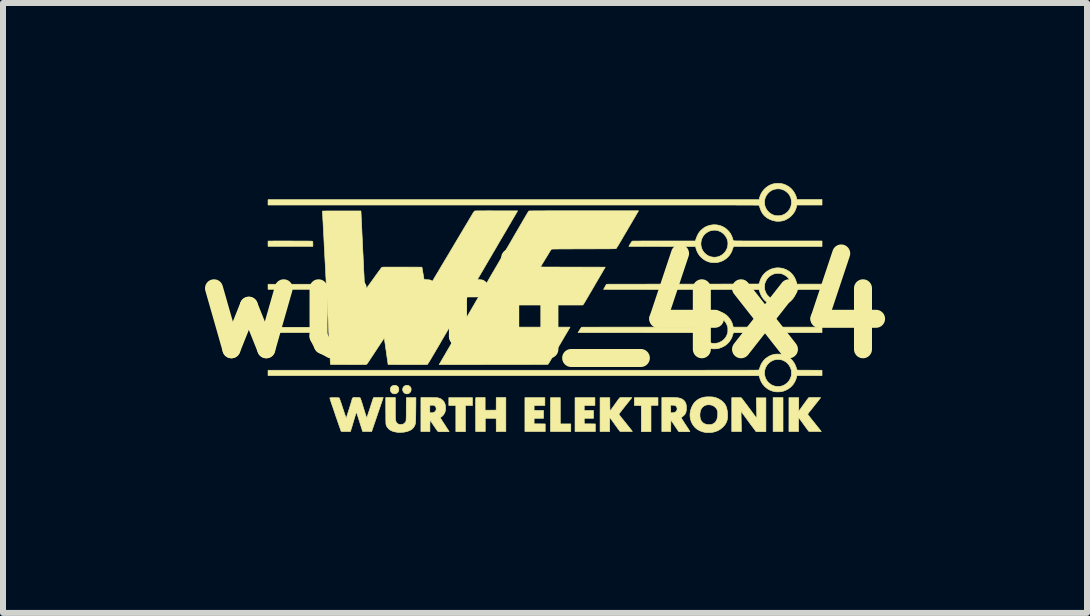
<source format=kicad_pcb>
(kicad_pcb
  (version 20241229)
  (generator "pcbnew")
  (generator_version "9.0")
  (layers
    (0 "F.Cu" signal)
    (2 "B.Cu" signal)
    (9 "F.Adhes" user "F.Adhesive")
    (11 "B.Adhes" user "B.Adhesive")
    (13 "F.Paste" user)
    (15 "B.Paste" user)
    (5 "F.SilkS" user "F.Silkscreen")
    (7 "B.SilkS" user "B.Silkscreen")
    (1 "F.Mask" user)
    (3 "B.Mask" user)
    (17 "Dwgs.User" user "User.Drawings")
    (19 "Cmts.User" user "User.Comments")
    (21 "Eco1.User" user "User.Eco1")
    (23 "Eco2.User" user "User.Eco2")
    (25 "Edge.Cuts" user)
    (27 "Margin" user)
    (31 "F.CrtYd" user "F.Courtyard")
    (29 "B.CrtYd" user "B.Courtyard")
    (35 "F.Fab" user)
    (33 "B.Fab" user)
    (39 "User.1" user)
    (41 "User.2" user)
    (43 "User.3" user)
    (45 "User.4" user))
  (footprint "wurth_4x4"
    (layer "F.Cu")
    (at 6.031 2.08)
    (property "Reference" "wurth_4x4" (at 0 0 0) (layer "F.SilkS") (effects (font (size 1.524 1.524) (thickness 0.3))))
    (attr through_hole)
    (fp_poly (pts (xy -3.833 -0.31) (xy -4.615 -0.31) (xy -4.615 -0.394) (xy -3.833 -0.394) (xy -3.833 -0.31)) (stroke (width 0.01) (type solid)) (fill yes) (layer "F.SilkS"))
    (fp_poly (pts (xy -3.795 0.411) (xy -4.615 0.411) (xy -4.615 0.323) (xy -3.795 0.323) (xy -3.795 0.411)) (stroke (width 0.01) (type solid)) (fill yes) (layer "F.SilkS"))
    (fp_poly (pts (xy 3.965 2.06) (xy 3.8 2.06) (xy 3.8 1.494) (xy 3.965 1.494) (xy 3.965 2.06)) (stroke (width 0.01) (type solid)) (fill yes) (layer "F.SilkS"))
    (fp_poly (pts (xy 0.254 1.933) (xy 0.429 1.933) (xy 0.429 2.06) (xy 0.091 2.06) (xy 0.091 1.496) (xy 0.254 1.496) (xy 0.254 1.933)) (stroke (width 0.01) (type solid)) (fill yes) (layer "F.SilkS"))
    (fp_poly (pts (xy -1.209 1.626) (xy -1.326 1.626) (xy -1.326 2.062) (xy -1.486 2.062) (xy -1.486 1.626) (xy -1.603 1.626) (xy -1.603 1.496) (xy -1.209 1.496) (xy -1.209 1.626)) (stroke (width 0.01) (type solid)) (fill yes) (layer "F.SilkS"))
    (fp_poly (pts (xy 1.882 1.623) (xy 1.765 1.623) (xy 1.765 2.062) (xy 1.605 2.062) (xy 1.604 1.627) (xy 1.488 1.626) (xy 1.488 1.496) (xy 1.882 1.496) (xy 1.882 1.623)) (stroke (width 0.01) (type solid)) (fill yes) (layer "F.SilkS"))
    (fp_poly (pts (xy 0.831 1.626) (xy 0.653 1.626) (xy 0.653 1.709) (xy 0.808 1.709) (xy 0.808 1.839) (xy 0.653 1.839) (xy 0.653 1.885) (xy 0.654 1.932) (xy 0.746 1.932) (xy 0.838 1.933) (xy 0.838 2.06) (xy 0.5 2.06) (xy 0.5 1.496) (xy 0.831 1.496) (xy 0.831 1.626)) (stroke (width 0.01) (type solid)) (fill yes) (layer "F.SilkS"))
    (fp_poly (pts (xy -0.003 1.626) (xy -0.092 1.626) (xy -0.182 1.627) (xy -0.182 1.708) (xy -0.104 1.709) (xy -0.025 1.709) (xy -0.025 1.839) (xy -0.182 1.84) (xy -0.182 1.932) (xy -0.09 1.932) (xy 0.003 1.933) (xy 0.003 2.06) (xy -0.335 2.06) (xy -0.335 1.496) (xy -0.003 1.496) (xy -0.003 1.626)) (stroke (width 0.01) (type solid)) (fill yes) (layer "F.SilkS"))
    (fp_poly (pts (xy -2.486 1.292) (xy -2.469 1.298) (xy -2.455 1.309) (xy -2.449 1.315) (xy -2.442 1.326) (xy -2.438 1.338) (xy -2.436 1.353) (xy -2.436 1.361) (xy -2.438 1.38) (xy -2.445 1.397) (xy -2.456 1.412) (xy -2.471 1.423) (xy -2.475 1.425) (xy -2.486 1.429) (xy -2.5 1.432) (xy -2.514 1.432) (xy -2.526 1.43) (xy -2.528 1.429) (xy -2.545 1.421) (xy -2.558 1.409) (xy -2.565 1.402) (xy -2.572 1.388) (xy -2.577 1.375) (xy -2.578 1.36) (xy -2.578 1.358) (xy -2.576 1.34) (xy -2.569 1.324) (xy -2.559 1.31) (xy -2.545 1.3) (xy -2.528 1.293) (xy -2.509 1.29) (xy -2.505 1.289) (xy -2.486 1.292)) (stroke (width 0.01) (type solid)) (fill yes) (layer "F.SilkS"))
    (fp_poly (pts (xy -2.282 1.291) (xy -2.266 1.298) (xy -2.252 1.308) (xy -2.251 1.309) (xy -2.242 1.319) (xy -2.236 1.33) (xy -2.232 1.343) (xy -2.231 1.359) (xy -2.231 1.359) (xy -2.232 1.371) (xy -2.233 1.379) (xy -2.235 1.386) (xy -2.238 1.393) (xy -2.238 1.394) (xy -2.249 1.408) (xy -2.262 1.42) (xy -2.277 1.428) (xy -2.294 1.432) (xy -2.311 1.432) (xy -2.323 1.429) (xy -2.338 1.422) (xy -2.352 1.41) (xy -2.363 1.395) (xy -2.37 1.379) (xy -2.37 1.378) (xy -2.372 1.364) (xy -2.371 1.349) (xy -2.368 1.335) (xy -2.364 1.325) (xy -2.352 1.31) (xy -2.338 1.299) (xy -2.321 1.292) (xy -2.302 1.289) (xy -2.3 1.289) (xy -2.282 1.291)) (stroke (width 0.01) (type solid)) (fill yes) (layer "F.SilkS"))
    (fp_poly (pts (xy -0.998 1.704) (xy -0.906 1.704) (xy -0.814 1.703) (xy -0.813 1.494) (xy -0.653 1.494) (xy -0.653 2.06) (xy -0.813 2.06) (xy -0.813 1.95) (xy -0.814 1.84) (xy -0.905 1.84) (xy -0.996 1.839) (xy -0.996 2.06) (xy -1.155 2.06) (xy -1.156 1.781) (xy -1.156 1.731) (xy -1.156 1.685) (xy -1.156 1.645) (xy -1.156 1.609) (xy -1.156 1.578) (xy -1.156 1.552) (xy -1.156 1.532) (xy -1.156 1.516) (xy -1.155 1.505) (xy -1.155 1.499) (xy -1.154 1.498) (xy -1.153 1.497) (xy -1.151 1.496) (xy -1.148 1.495) (xy -1.143 1.494) (xy -1.135 1.494) (xy -1.124 1.494) (xy -1.109 1.494) (xy -1.091 1.494) (xy -1.075 1.494) (xy -0.998 1.494) (xy -0.998 1.704)) (stroke (width 0.01) (type solid)) (fill yes) (layer "F.SilkS"))
    (fp_poly (pts (xy -4.349 -1.115) (xy -4.309 -1.115) (xy -4.268 -1.115) (xy -4.236 -1.115) (xy -4.187 -1.114) (xy -4.142 -1.114) (xy -4.101 -1.114) (xy -4.065 -1.114) (xy -4.034 -1.114) (xy -4.006 -1.114) (xy -3.981 -1.114) (xy -3.96 -1.114) (xy -3.942 -1.113) (xy -3.926 -1.113) (xy -3.914 -1.113) (xy -3.903 -1.113) (xy -3.895 -1.112) (xy -3.889 -1.112) (xy -3.884 -1.112) (xy -3.88 -1.111) (xy -3.877 -1.111) (xy -3.876 -1.11) (xy -3.875 -1.11) (xy -3.874 -1.109) (xy -3.872 -1.107) (xy -3.87 -1.104) (xy -3.869 -1.1) (xy -3.869 -1.093) (xy -3.869 -1.084) (xy -3.868 -1.07) (xy -3.868 -1.065) (xy -3.868 -1.026) (xy -4.615 -1.026) (xy -4.615 -1.112) (xy -4.604 -1.114) (xy -4.601 -1.114) (xy -4.592 -1.114) (xy -4.579 -1.114) (xy -4.562 -1.114) (xy -4.541 -1.114) (xy -4.516 -1.115) (xy -4.488 -1.115) (xy -4.457 -1.115) (xy -4.423 -1.115) (xy -4.387 -1.115) (xy -4.349 -1.115)) (stroke (width 0.01) (type solid)) (fill yes) (layer "F.SilkS"))
    (fp_poly (pts (xy 3.274 1.503) (xy 3.276 1.505) (xy 3.279 1.508) (xy 3.283 1.513) (xy 3.288 1.52) (xy 3.295 1.529) (xy 3.303 1.54) (xy 3.314 1.554) (xy 3.326 1.57) (xy 3.34 1.589) (xy 3.356 1.61) (xy 3.375 1.635) (xy 3.396 1.664) (xy 3.42 1.695) (xy 3.446 1.731) (xy 3.473 1.768) (xy 3.485 1.783) (xy 3.496 1.798) (xy 3.505 1.81) (xy 3.513 1.821) (xy 3.519 1.828) (xy 3.523 1.832) (xy 3.523 1.833) (xy 3.525 1.835) (xy 3.527 1.835) (xy 3.528 1.832) (xy 3.528 1.826) (xy 3.528 1.817) (xy 3.528 1.81) (xy 3.528 1.801) (xy 3.528 1.789) (xy 3.527 1.772) (xy 3.527 1.753) (xy 3.526 1.73) (xy 3.526 1.707) (xy 3.525 1.682) (xy 3.524 1.66) (xy 3.523 1.635) (xy 3.523 1.61) (xy 3.522 1.588) (xy 3.522 1.567) (xy 3.521 1.549) (xy 3.521 1.535) (xy 3.521 1.524) (xy 3.52 1.518) (xy 3.52 1.499) (xy 3.68 1.499) (xy 3.68 2.062) (xy 3.6 2.062) (xy 3.58 2.062) (xy 3.562 2.062) (xy 3.546 2.062) (xy 3.533 2.062) (xy 3.523 2.061) (xy 3.517 2.061) (xy 3.516 2.061) (xy 3.514 2.058) (xy 3.509 2.052) (xy 3.502 2.043) (xy 3.493 2.03) (xy 3.482 2.015) (xy 3.469 1.998) (xy 3.455 1.979) (xy 3.439 1.958) (xy 3.423 1.937) (xy 3.407 1.915) (xy 3.391 1.892) (xy 3.374 1.87) (xy 3.358 1.848) (xy 3.343 1.827) (xy 3.328 1.807) (xy 3.315 1.789) (xy 3.303 1.773) (xy 3.294 1.759) (xy 3.286 1.749) (xy 3.28 1.741) (xy 3.28 1.741) (xy 3.275 1.732) (xy 3.27 1.726) (xy 3.267 1.723) (xy 3.266 1.722) (xy 3.266 1.724) (xy 3.266 1.731) (xy 3.266 1.74) (xy 3.266 1.748) (xy 3.267 1.782) (xy 3.267 1.816) (xy 3.268 1.848) (xy 3.269 1.88) (xy 3.269 1.91) (xy 3.27 1.938) (xy 3.27 1.963) (xy 3.271 1.986) (xy 3.271 2.005) (xy 3.271 2.02) (xy 3.272 2.03) (xy 3.272 2.034) (xy 3.272 2.06) (xy 3.111 2.06) (xy 3.111 1.496) (xy 3.266 1.496) (xy 3.274 1.503)) (stroke (width 0.01) (type solid)) (fill yes) (layer "F.SilkS"))
    (fp_poly (pts (xy 1.334 1.494) (xy 1.352 1.494) (xy 1.447 1.495) (xy 1.34 1.629) (xy 1.317 1.658) (xy 1.298 1.682) (xy 1.281 1.703) (xy 1.268 1.721) (xy 1.256 1.735) (xy 1.247 1.747) (xy 1.241 1.756) (xy 1.236 1.763) (xy 1.233 1.768) (xy 1.232 1.771) (xy 1.232 1.771) (xy 1.233 1.774) (xy 1.236 1.779) (xy 1.241 1.787) (xy 1.248 1.797) (xy 1.258 1.81) (xy 1.271 1.827) (xy 1.274 1.831) (xy 1.297 1.858) (xy 1.319 1.886) (xy 1.34 1.912) (xy 1.36 1.937) (xy 1.378 1.96) (xy 1.395 1.981) (xy 1.411 2.001) (xy 1.424 2.018) (xy 1.436 2.032) (xy 1.445 2.044) (xy 1.451 2.052) (xy 1.455 2.057) (xy 1.455 2.058) (xy 1.453 2.058) (xy 1.446 2.059) (xy 1.435 2.059) (xy 1.421 2.059) (xy 1.403 2.06) (xy 1.383 2.06) (xy 1.362 2.06) (xy 1.354 2.06) (xy 1.253 2.06) (xy 1.247 2.054) (xy 1.244 2.051) (xy 1.238 2.044) (xy 1.231 2.034) (xy 1.221 2.021) (xy 1.21 2.006) (xy 1.199 1.99) (xy 1.191 1.98) (xy 1.17 1.951) (xy 1.152 1.925) (xy 1.136 1.903) (xy 1.123 1.885) (xy 1.112 1.87) (xy 1.103 1.857) (xy 1.095 1.847) (xy 1.09 1.84) (xy 1.085 1.835) (xy 1.082 1.831) (xy 1.08 1.829) (xy 1.079 1.829) (xy 1.079 1.831) (xy 1.078 1.838) (xy 1.078 1.85) (xy 1.078 1.864) (xy 1.077 1.882) (xy 1.077 1.903) (xy 1.077 1.926) (xy 1.077 1.944) (xy 1.077 2.06) (xy 0.917 2.06) (xy 0.917 1.496) (xy 1.079 1.496) (xy 1.08 1.605) (xy 1.08 1.634) (xy 1.081 1.659) (xy 1.081 1.68) (xy 1.082 1.696) (xy 1.082 1.707) (xy 1.083 1.713) (xy 1.083 1.715) (xy 1.085 1.713) (xy 1.09 1.708) (xy 1.097 1.7) (xy 1.105 1.689) (xy 1.114 1.677) (xy 1.116 1.674) (xy 1.138 1.643) (xy 1.158 1.616) (xy 1.174 1.592) (xy 1.189 1.572) (xy 1.201 1.555) (xy 1.212 1.541) (xy 1.22 1.529) (xy 1.227 1.52) (xy 1.233 1.512) (xy 1.238 1.507) (xy 1.241 1.503) (xy 1.244 1.5) (xy 1.246 1.498) (xy 1.248 1.497) (xy 1.249 1.496) (xy 1.253 1.496) (xy 1.261 1.495) (xy 1.272 1.494) (xy 1.288 1.494) (xy 1.309 1.494) (xy 1.334 1.494)) (stroke (width 0.01) (type solid)) (fill yes) (layer "F.SilkS"))
    (fp_poly (pts (xy -2.494 1.664) (xy -2.494 1.694) (xy -2.494 1.723) (xy -2.494 1.75) (xy -2.494 1.776) (xy -2.493 1.798) (xy -2.493 1.818) (xy -2.493 1.835) (xy -2.492 1.847) (xy -2.492 1.855) (xy -2.492 1.857) (xy -2.489 1.876) (xy -2.484 1.892) (xy -2.477 1.906) (xy -2.471 1.914) (xy -2.459 1.927) (xy -2.443 1.936) (xy -2.425 1.941) (xy -2.405 1.943) (xy -2.384 1.941) (xy -2.372 1.938) (xy -2.362 1.935) (xy -2.355 1.931) (xy -2.348 1.926) (xy -2.339 1.918) (xy -2.338 1.917) (xy -2.334 1.912) (xy -2.33 1.908) (xy -2.326 1.905) (xy -2.323 1.901) (xy -2.321 1.896) (xy -2.319 1.891) (xy -2.317 1.884) (xy -2.316 1.876) (xy -2.315 1.866) (xy -2.314 1.854) (xy -2.313 1.839) (xy -2.313 1.821) (xy -2.312 1.799) (xy -2.312 1.774) (xy -2.312 1.745) (xy -2.312 1.711) (xy -2.312 1.686) (xy -2.311 1.496) (xy -2.151 1.496) (xy -2.152 1.554) (xy -2.152 1.567) (xy -2.152 1.586) (xy -2.152 1.607) (xy -2.152 1.632) (xy -2.153 1.659) (xy -2.153 1.687) (xy -2.153 1.716) (xy -2.154 1.746) (xy -2.154 1.76) (xy -2.154 1.794) (xy -2.155 1.822) (xy -2.155 1.847) (xy -2.156 1.868) (xy -2.157 1.885) (xy -2.157 1.9) (xy -2.159 1.912) (xy -2.16 1.922) (xy -2.161 1.931) (xy -2.163 1.939) (xy -2.166 1.946) (xy -2.168 1.953) (xy -2.172 1.96) (xy -2.176 1.968) (xy -2.176 1.968) (xy -2.188 1.99) (xy -2.204 2.008) (xy -2.222 2.024) (xy -2.245 2.038) (xy -2.271 2.05) (xy -2.301 2.06) (xy -2.335 2.067) (xy -2.343 2.069) (xy -2.357 2.071) (xy -2.375 2.072) (xy -2.395 2.073) (xy -2.415 2.074) (xy -2.435 2.074) (xy -2.452 2.073) (xy -2.464 2.072) (xy -2.484 2.069) (xy -2.506 2.064) (xy -2.527 2.059) (xy -2.547 2.052) (xy -2.563 2.045) (xy -2.565 2.044) (xy -2.583 2.034) (xy -2.601 2.02) (xy -2.616 2.004) (xy -2.629 1.988) (xy -2.636 1.976) (xy -2.639 1.97) (xy -2.642 1.965) (xy -2.644 1.96) (xy -2.646 1.956) (xy -2.647 1.95) (xy -2.649 1.944) (xy -2.65 1.937) (xy -2.651 1.929) (xy -2.651 1.918) (xy -2.652 1.906) (xy -2.652 1.891) (xy -2.653 1.873) (xy -2.653 1.852) (xy -2.653 1.827) (xy -2.653 1.799) (xy -2.653 1.766) (xy -2.654 1.729) (xy -2.654 1.713) (xy -2.654 1.494) (xy -2.494 1.494) (xy -2.494 1.664)) (stroke (width 0.01) (type solid)) (fill yes) (layer "F.SilkS"))
    (fp_poly (pts (xy 2.748 1.482) (xy 2.769 1.483) (xy 2.788 1.484) (xy 2.803 1.486) (xy 2.81 1.487) (xy 2.849 1.497) (xy 2.885 1.512) (xy 2.919 1.531) (xy 2.95 1.553) (xy 2.963 1.565) (xy 2.982 1.585) (xy 2.997 1.604) (xy 3.01 1.626) (xy 3.02 1.649) (xy 3.028 1.675) (xy 3.034 1.705) (xy 3.037 1.722) (xy 3.039 1.738) (xy 3.04 1.756) (xy 3.041 1.776) (xy 3.041 1.796) (xy 3.041 1.816) (xy 3.04 1.833) (xy 3.039 1.847) (xy 3.038 1.852) (xy 3.031 1.881) (xy 3.02 1.909) (xy 3.006 1.934) (xy 2.988 1.959) (xy 2.972 1.977) (xy 2.943 2.004) (xy 2.912 2.027) (xy 2.878 2.046) (xy 2.841 2.06) (xy 2.809 2.069) (xy 2.792 2.072) (xy 2.772 2.075) (xy 2.749 2.076) (xy 2.726 2.077) (xy 2.703 2.077) (xy 2.682 2.076) (xy 2.667 2.074) (xy 2.627 2.065) (xy 2.59 2.052) (xy 2.556 2.035) (xy 2.525 2.015) (xy 2.498 1.991) (xy 2.474 1.963) (xy 2.454 1.932) (xy 2.437 1.898) (xy 2.431 1.88) (xy 2.421 1.843) (xy 2.416 1.805) (xy 2.416 1.784) (xy 2.58 1.784) (xy 2.582 1.814) (xy 2.586 1.84) (xy 2.593 1.863) (xy 2.604 1.883) (xy 2.618 1.901) (xy 2.622 1.905) (xy 2.64 1.92) (xy 2.662 1.932) (xy 2.686 1.94) (xy 2.712 1.945) (xy 2.738 1.946) (xy 2.765 1.944) (xy 2.775 1.942) (xy 2.797 1.933) (xy 2.818 1.921) (xy 2.836 1.905) (xy 2.85 1.885) (xy 2.862 1.862) (xy 2.866 1.849) (xy 2.871 1.828) (xy 2.875 1.806) (xy 2.877 1.783) (xy 2.878 1.761) (xy 2.877 1.74) (xy 2.875 1.723) (xy 2.874 1.719) (xy 2.865 1.694) (xy 2.852 1.672) (xy 2.835 1.654) (xy 2.814 1.638) (xy 2.79 1.626) (xy 2.771 1.619) (xy 2.756 1.616) (xy 2.739 1.615) (xy 2.721 1.614) (xy 2.703 1.615) (xy 2.688 1.618) (xy 2.684 1.619) (xy 2.658 1.629) (xy 2.637 1.643) (xy 2.618 1.66) (xy 2.604 1.681) (xy 2.592 1.705) (xy 2.585 1.733) (xy 2.581 1.764) (xy 2.58 1.784) (xy 2.416 1.784) (xy 2.416 1.767) (xy 2.421 1.728) (xy 2.429 1.695) (xy 2.441 1.66) (xy 2.456 1.629) (xy 2.472 1.601) (xy 2.491 1.576) (xy 2.502 1.565) (xy 2.527 1.542) (xy 2.554 1.523) (xy 2.584 1.508) (xy 2.616 1.496) (xy 2.653 1.487) (xy 2.653 1.487) (xy 2.667 1.485) (xy 2.684 1.483) (xy 2.705 1.482) (xy 2.726 1.482) (xy 2.748 1.482)) (stroke (width 0.01) (type solid)) (fill yes) (layer "F.SilkS"))
    (fp_poly (pts (xy 4.484 1.493) (xy 4.496 1.493) (xy 4.517 1.493) (xy 4.537 1.494) (xy 4.555 1.494) (xy 4.569 1.494) (xy 4.581 1.494) (xy 4.589 1.494) (xy 4.592 1.495) (xy 4.592 1.495) (xy 4.59 1.497) (xy 4.586 1.503) (xy 4.579 1.512) (xy 4.569 1.525) (xy 4.557 1.541) (xy 4.542 1.559) (xy 4.525 1.581) (xy 4.506 1.604) (xy 4.486 1.63) (xy 4.464 1.658) (xy 4.44 1.688) (xy 4.415 1.719) (xy 4.412 1.722) (xy 4.4 1.737) (xy 4.391 1.749) (xy 4.385 1.758) (xy 4.381 1.765) (xy 4.379 1.77) (xy 4.379 1.775) (xy 4.381 1.78) (xy 4.383 1.784) (xy 4.386 1.787) (xy 4.391 1.793) (xy 4.399 1.803) (xy 4.409 1.816) (xy 4.421 1.832) (xy 4.435 1.849) (xy 4.451 1.869) (xy 4.468 1.89) (xy 4.485 1.912) (xy 4.49 1.917) (xy 4.507 1.939) (xy 4.524 1.96) (xy 4.54 1.98) (xy 4.555 1.999) (xy 4.568 2.015) (xy 4.579 2.028) (xy 4.587 2.039) (xy 4.593 2.047) (xy 4.597 2.051) (xy 4.597 2.052) (xy 4.603 2.06) (xy 4.502 2.06) (xy 4.476 2.06) (xy 4.456 2.06) (xy 4.439 2.06) (xy 4.426 2.06) (xy 4.416 2.059) (xy 4.409 2.059) (xy 4.403 2.058) (xy 4.4 2.058) (xy 4.397 2.057) (xy 4.395 2.056) (xy 4.394 2.054) (xy 4.391 2.051) (xy 4.385 2.044) (xy 4.377 2.034) (xy 4.368 2.021) (xy 4.357 2.006) (xy 4.344 1.989) (xy 4.331 1.971) (xy 4.328 1.967) (xy 4.308 1.939) (xy 4.291 1.915) (xy 4.276 1.895) (xy 4.264 1.878) (xy 4.254 1.864) (xy 4.245 1.853) (xy 4.239 1.844) (xy 4.234 1.838) (xy 4.23 1.833) (xy 4.228 1.83) (xy 4.226 1.829) (xy 4.226 1.829) (xy 4.226 1.831) (xy 4.225 1.838) (xy 4.225 1.849) (xy 4.225 1.864) (xy 4.224 1.882) (xy 4.224 1.902) (xy 4.224 1.924) (xy 4.224 1.944) (xy 4.224 2.06) (xy 4.064 2.06) (xy 4.064 1.496) (xy 4.227 1.496) (xy 4.227 1.721) (xy 4.236 1.71) (xy 4.239 1.706) (xy 4.245 1.698) (xy 4.253 1.687) (xy 4.264 1.673) (xy 4.275 1.656) (xy 4.288 1.638) (xy 4.302 1.619) (xy 4.316 1.599) (xy 4.333 1.576) (xy 4.348 1.556) (xy 4.361 1.537) (xy 4.372 1.522) (xy 4.382 1.51) (xy 4.388 1.502) (xy 4.393 1.497) (xy 4.394 1.496) (xy 4.396 1.495) (xy 4.4 1.495) (xy 4.407 1.494) (xy 4.415 1.494) (xy 4.427 1.493) (xy 4.442 1.493) (xy 4.46 1.493) (xy 4.484 1.493)) (stroke (width 0.01) (type solid)) (fill yes) (layer "F.SilkS"))
    (fp_poly (pts (xy -1.931 1.494) (xy -1.901 1.494) (xy -1.876 1.495) (xy -1.854 1.495) (xy -1.837 1.495) (xy -1.823 1.496) (xy -1.811 1.496) (xy -1.802 1.496) (xy -1.795 1.497) (xy -1.789 1.498) (xy -1.784 1.499) (xy -1.779 1.5) (xy -1.775 1.501) (xy -1.747 1.51) (xy -1.723 1.524) (xy -1.703 1.541) (xy -1.686 1.561) (xy -1.673 1.585) (xy -1.663 1.612) (xy -1.66 1.627) (xy -1.658 1.646) (xy -1.658 1.666) (xy -1.658 1.686) (xy -1.659 1.705) (xy -1.662 1.72) (xy -1.662 1.721) (xy -1.671 1.746) (xy -1.684 1.77) (xy -1.7 1.792) (xy -1.72 1.81) (xy -1.733 1.82) (xy -1.747 1.829) (xy -1.738 1.843) (xy -1.735 1.849) (xy -1.729 1.857) (xy -1.721 1.87) (xy -1.712 1.884) (xy -1.701 1.902) (xy -1.688 1.921) (xy -1.675 1.941) (xy -1.663 1.959) (xy -1.65 1.98) (xy -1.638 1.999) (xy -1.627 2.016) (xy -1.617 2.031) (xy -1.609 2.043) (xy -1.603 2.053) (xy -1.599 2.059) (xy -1.598 2.061) (xy -1.598 2.061) (xy -1.601 2.062) (xy -1.608 2.062) (xy -1.619 2.062) (xy -1.633 2.062) (xy -1.649 2.063) (xy -1.666 2.063) (xy -1.685 2.063) (xy -1.703 2.063) (xy -1.721 2.063) (xy -1.737 2.063) (xy -1.751 2.063) (xy -1.763 2.063) (xy -1.771 2.062) (xy -1.774 2.062) (xy -1.781 2.059) (xy -1.788 2.054) (xy -1.789 2.054) (xy -1.792 2.05) (xy -1.797 2.043) (xy -1.804 2.033) (xy -1.814 2.02) (xy -1.824 2.004) (xy -1.836 1.987) (xy -1.847 1.971) (xy -1.863 1.948) (xy -1.875 1.929) (xy -1.886 1.913) (xy -1.894 1.901) (xy -1.901 1.891) (xy -1.906 1.884) (xy -1.909 1.879) (xy -1.912 1.875) (xy -1.914 1.873) (xy -1.915 1.872) (xy -1.915 1.872) (xy -1.916 1.872) (xy -1.916 1.875) (xy -1.917 1.881) (xy -1.917 1.892) (xy -1.917 1.907) (xy -1.917 1.924) (xy -1.918 1.943) (xy -1.918 1.964) (xy -1.918 2.06) (xy -2.068 2.06) (xy -2.068 1.714) (xy -1.92 1.714) (xy -1.92 1.727) (xy -1.92 1.737) (xy -1.919 1.743) (xy -1.919 1.744) (xy -1.916 1.746) (xy -1.909 1.747) (xy -1.899 1.748) (xy -1.888 1.747) (xy -1.877 1.747) (xy -1.866 1.745) (xy -1.859 1.743) (xy -1.849 1.74) (xy -1.84 1.734) (xy -1.833 1.726) (xy -1.822 1.714) (xy -1.816 1.701) (xy -1.814 1.686) (xy -1.814 1.679) (xy -1.816 1.663) (xy -1.822 1.648) (xy -1.831 1.638) (xy -1.839 1.63) (xy -1.849 1.625) (xy -1.86 1.622) (xy -1.875 1.621) (xy -1.891 1.621) (xy -1.919 1.622) (xy -1.92 1.681) (xy -1.92 1.698) (xy -1.92 1.714) (xy -2.068 1.714) (xy -2.068 1.493) (xy -1.931 1.494)) (stroke (width 0.01) (type solid)) (fill yes) (layer "F.SilkS"))
    (fp_poly (pts (xy 2.101 1.492) (xy 2.127 1.493) (xy 2.152 1.494) (xy 2.174 1.495) (xy 2.194 1.496) (xy 2.21 1.497) (xy 2.221 1.499) (xy 2.251 1.506) (xy 2.277 1.516) (xy 2.3 1.53) (xy 2.319 1.547) (xy 2.334 1.568) (xy 2.345 1.592) (xy 2.35 1.607) (xy 2.353 1.621) (xy 2.354 1.639) (xy 2.355 1.658) (xy 2.355 1.679) (xy 2.354 1.699) (xy 2.352 1.717) (xy 2.351 1.721) (xy 2.347 1.74) (xy 2.341 1.755) (xy 2.333 1.769) (xy 2.323 1.783) (xy 2.308 1.796) (xy 2.291 1.811) (xy 2.282 1.818) (xy 2.274 1.823) (xy 2.269 1.827) (xy 2.267 1.829) (xy 2.268 1.831) (xy 2.272 1.837) (xy 2.278 1.847) (xy 2.286 1.86) (xy 2.296 1.875) (xy 2.307 1.893) (xy 2.319 1.912) (xy 2.333 1.934) (xy 2.341 1.946) (xy 2.358 1.971) (xy 2.372 1.993) (xy 2.384 2.011) (xy 2.393 2.025) (xy 2.4 2.037) (xy 2.406 2.046) (xy 2.41 2.053) (xy 2.412 2.057) (xy 2.413 2.06) (xy 2.413 2.061) (xy 2.412 2.062) (xy 2.407 2.062) (xy 2.398 2.062) (xy 2.385 2.062) (xy 2.37 2.063) (xy 2.353 2.063) (xy 2.335 2.063) (xy 2.317 2.063) (xy 2.298 2.063) (xy 2.281 2.063) (xy 2.265 2.063) (xy 2.252 2.063) (xy 2.243 2.063) (xy 2.237 2.063) (xy 2.235 2.062) (xy 2.229 2.06) (xy 2.226 2.057) (xy 2.223 2.054) (xy 2.218 2.048) (xy 2.211 2.038) (xy 2.203 2.025) (xy 2.192 2.009) (xy 2.181 1.992) (xy 2.168 1.974) (xy 2.162 1.964) (xy 2.149 1.945) (xy 2.137 1.927) (xy 2.126 1.911) (xy 2.117 1.898) (xy 2.109 1.887) (xy 2.103 1.879) (xy 2.1 1.875) (xy 2.099 1.875) (xy 2.098 1.875) (xy 2.097 1.878) (xy 2.097 1.882) (xy 2.096 1.89) (xy 2.096 1.9) (xy 2.096 1.914) (xy 2.096 1.932) (xy 2.096 1.954) (xy 2.095 1.967) (xy 2.095 2.06) (xy 1.946 2.06) (xy 1.946 1.682) (xy 2.093 1.682) (xy 2.093 1.699) (xy 2.093 1.715) (xy 2.094 1.728) (xy 2.094 1.738) (xy 2.094 1.744) (xy 2.095 1.746) (xy 2.098 1.747) (xy 2.106 1.747) (xy 2.116 1.748) (xy 2.127 1.747) (xy 2.138 1.746) (xy 2.147 1.745) (xy 2.153 1.744) (xy 2.17 1.736) (xy 2.184 1.725) (xy 2.193 1.712) (xy 2.199 1.695) (xy 2.201 1.678) (xy 2.198 1.662) (xy 2.19 1.647) (xy 2.185 1.64) (xy 2.177 1.633) (xy 2.17 1.628) (xy 2.161 1.625) (xy 2.149 1.622) (xy 2.134 1.621) (xy 2.125 1.621) (xy 2.093 1.62) (xy 2.093 1.682) (xy 1.946 1.682) (xy 1.946 1.494) (xy 2.021 1.493) (xy 2.047 1.492) (xy 2.074 1.492) (xy 2.101 1.492)) (stroke (width 0.01) (type solid)) (fill yes) (layer "F.SilkS"))
    (fp_poly (pts (xy 2.85 0.052) (xy 2.87 0.054) (xy 2.877 0.055) (xy 2.915 0.064) (xy 2.951 0.077) (xy 2.985 0.095) (xy 3.017 0.117) (xy 3.046 0.143) (xy 3.071 0.172) (xy 3.093 0.204) (xy 3.103 0.222) (xy 3.11 0.237) (xy 3.117 0.254) (xy 3.123 0.271) (xy 3.128 0.288) (xy 3.132 0.302) (xy 3.133 0.308) (xy 3.135 0.32) (xy 4.615 0.32) (xy 4.615 0.411) (xy 3.145 0.413) (xy 3.139 0.418) (xy 3.136 0.423) (xy 3.132 0.432) (xy 3.128 0.444) (xy 3.127 0.449) (xy 3.116 0.483) (xy 3.102 0.514) (xy 3.084 0.543) (xy 3.067 0.567) (xy 3.04 0.596) (xy 3.01 0.621) (xy 2.976 0.642) (xy 2.94 0.659) (xy 2.902 0.672) (xy 2.888 0.676) (xy 2.877 0.678) (xy 2.862 0.68) (xy 2.845 0.681) (xy 2.828 0.682) (xy 2.812 0.682) (xy 2.798 0.682) (xy 2.789 0.682) (xy 2.748 0.674) (xy 2.71 0.662) (xy 2.674 0.646) (xy 2.641 0.626) (xy 2.611 0.602) (xy 2.584 0.574) (xy 2.56 0.544) (xy 2.54 0.51) (xy 2.525 0.473) (xy 2.515 0.441) (xy 2.508 0.413) (xy 1.53 0.412) (xy 0.551 0.411) (xy 0.578 0.368) (xy 2.597 0.368) (xy 2.598 0.387) (xy 2.6 0.404) (xy 2.602 0.415) (xy 2.611 0.446) (xy 2.624 0.474) (xy 2.641 0.499) (xy 2.659 0.522) (xy 2.684 0.544) (xy 2.712 0.563) (xy 2.742 0.577) (xy 2.775 0.587) (xy 2.786 0.589) (xy 2.798 0.591) (xy 2.813 0.591) (xy 2.83 0.591) (xy 2.847 0.589) (xy 2.862 0.588) (xy 2.875 0.585) (xy 2.877 0.585) (xy 2.91 0.573) (xy 2.94 0.557) (xy 2.967 0.538) (xy 2.991 0.515) (xy 3.011 0.489) (xy 3.027 0.46) (xy 3.039 0.428) (xy 3.041 0.422) (xy 3.043 0.411) (xy 3.045 0.402) (xy 3.046 0.391) (xy 3.046 0.378) (xy 3.046 0.364) (xy 3.046 0.349) (xy 3.046 0.337) (xy 3.045 0.328) (xy 3.043 0.319) (xy 3.04 0.309) (xy 3.04 0.307) (xy 3.027 0.274) (xy 3.011 0.244) (xy 2.99 0.217) (xy 2.966 0.193) (xy 2.938 0.173) (xy 2.936 0.172) (xy 2.908 0.158) (xy 2.879 0.149) (xy 2.847 0.143) (xy 2.816 0.141) (xy 2.785 0.144) (xy 2.77 0.147) (xy 2.738 0.157) (xy 2.708 0.172) (xy 2.68 0.191) (xy 2.657 0.213) (xy 2.636 0.239) (xy 2.619 0.268) (xy 2.607 0.3) (xy 2.602 0.317) (xy 2.599 0.331) (xy 2.598 0.349) (xy 2.597 0.368) (xy 0.578 0.368) (xy 0.578 0.367) (xy 0.588 0.35) (xy 0.596 0.338) (xy 0.603 0.329) (xy 0.607 0.324) (xy 0.61 0.322) (xy 0.613 0.322) (xy 0.621 0.321) (xy 0.634 0.321) (xy 0.651 0.321) (xy 0.672 0.321) (xy 0.698 0.321) (xy 0.727 0.321) (xy 0.761 0.321) (xy 0.798 0.321) (xy 0.839 0.321) (xy 0.883 0.321) (xy 0.93 0.32) (xy 0.98 0.32) (xy 1.033 0.32) (xy 1.088 0.32) (xy 1.146 0.32) (xy 1.206 0.32) (xy 1.268 0.32) (xy 1.332 0.32) (xy 1.398 0.32) (xy 1.465 0.32) (xy 1.534 0.32) (xy 1.561 0.32) (xy 2.507 0.32) (xy 2.508 0.313) (xy 2.52 0.272) (xy 2.535 0.234) (xy 2.555 0.198) (xy 2.577 0.166) (xy 2.603 0.138) (xy 2.632 0.113) (xy 2.664 0.092) (xy 2.699 0.075) (xy 2.736 0.062) (xy 2.768 0.055) (xy 2.786 0.052) (xy 2.806 0.051) (xy 2.829 0.051) (xy 2.85 0.052)) (stroke (width 0.01) (type solid)) (fill yes) (layer "F.SilkS"))
    (fp_poly (pts (xy 3.9 -2.074) (xy 3.92 -2.073) (xy 3.932 -2.072) (xy 3.972 -2.063) (xy 4.009 -2.049) (xy 4.043 -2.031) (xy 4.075 -2.01) (xy 4.104 -1.984) (xy 4.13 -1.955) (xy 4.152 -1.922) (xy 4.171 -1.886) (xy 4.184 -1.855) (xy 4.187 -1.843) (xy 4.191 -1.831) (xy 4.193 -1.821) (xy 4.194 -1.82) (xy 4.196 -1.806) (xy 4.615 -1.806) (xy 4.615 -1.714) (xy 4.196 -1.714) (xy 4.195 -1.708) (xy 4.186 -1.672) (xy 4.175 -1.64) (xy 4.162 -1.611) (xy 4.146 -1.585) (xy 4.128 -1.561) (xy 4.106 -1.537) (xy 4.096 -1.527) (xy 4.064 -1.501) (xy 4.031 -1.48) (xy 3.997 -1.463) (xy 3.961 -1.451) (xy 3.923 -1.445) (xy 3.884 -1.443) (xy 3.853 -1.444) (xy 3.828 -1.448) (xy 3.801 -1.455) (xy 3.774 -1.463) (xy 3.749 -1.473) (xy 3.734 -1.48) (xy 3.702 -1.498) (xy 3.674 -1.519) (xy 3.648 -1.543) (xy 3.626 -1.571) (xy 3.607 -1.603) (xy 3.591 -1.638) (xy 3.577 -1.678) (xy 3.574 -1.688) (xy 3.57 -1.701) (xy 3.565 -1.708) (xy 3.563 -1.711) (xy 3.562 -1.711) (xy 3.561 -1.711) (xy 3.559 -1.711) (xy 3.556 -1.711) (xy 3.552 -1.711) (xy 3.547 -1.712) (xy 3.541 -1.712) (xy 3.534 -1.712) (xy 3.526 -1.712) (xy 3.516 -1.712) (xy 3.505 -1.712) (xy 3.493 -1.712) (xy 3.479 -1.712) (xy 3.464 -1.713) (xy 3.446 -1.713) (xy 3.428 -1.713) (xy 3.407 -1.713) (xy 3.384 -1.713) (xy 3.36 -1.713) (xy 3.334 -1.713) (xy 3.305 -1.713) (xy 3.274 -1.713) (xy 3.241 -1.713) (xy 3.206 -1.713) (xy 3.169 -1.714) (xy 3.129 -1.714) (xy 3.086 -1.714) (xy 3.041 -1.714) (xy 2.993 -1.714) (xy 2.943 -1.714) (xy 2.89 -1.714) (xy 2.834 -1.714) (xy 2.775 -1.714) (xy 2.713 -1.714) (xy 2.648 -1.714) (xy 2.579 -1.714) (xy 2.508 -1.714) (xy 2.433 -1.714) (xy 2.355 -1.714) (xy 2.273 -1.714) (xy 2.188 -1.714) (xy 2.099 -1.714) (xy 2.007 -1.714) (xy 1.911 -1.714) (xy 1.811 -1.714) (xy 1.708 -1.714) (xy 1.6 -1.714) (xy 1.488 -1.714) (xy 1.372 -1.714) (xy 1.253 -1.714) (xy 1.128 -1.714) (xy 1 -1.714) (xy 0.867 -1.714) (xy 0.73 -1.714) (xy 0.588 -1.714) (xy 0.442 -1.714) (xy 0.291 -1.714) (xy 0.135 -1.714) (xy -0.025 -1.714) (xy -0.19 -1.714) (xy -0.361 -1.714) (xy -4.615 -1.714) (xy -4.615 -1.766) (xy 3.657 -1.766) (xy 3.657 -1.745) (xy 3.659 -1.725) (xy 3.662 -1.708) (xy 3.662 -1.707) (xy 3.673 -1.675) (xy 3.688 -1.645) (xy 3.707 -1.618) (xy 3.73 -1.594) (xy 3.755 -1.573) (xy 3.784 -1.557) (xy 3.814 -1.544) (xy 3.838 -1.538) (xy 3.852 -1.536) (xy 3.87 -1.535) (xy 3.89 -1.535) (xy 3.909 -1.536) (xy 3.927 -1.538) (xy 3.941 -1.541) (xy 3.942 -1.542) (xy 3.974 -1.553) (xy 4.002 -1.569) (xy 4.028 -1.588) (xy 4.051 -1.611) (xy 4.07 -1.636) (xy 4.086 -1.664) (xy 4.097 -1.694) (xy 4.104 -1.726) (xy 4.107 -1.758) (xy 4.106 -1.771) (xy 4.102 -1.805) (xy 4.093 -1.837) (xy 4.08 -1.867) (xy 4.063 -1.894) (xy 4.041 -1.918) (xy 4.016 -1.94) (xy 3.988 -1.958) (xy 3.981 -1.961) (xy 3.95 -1.974) (xy 3.918 -1.982) (xy 3.885 -1.984) (xy 3.852 -1.982) (xy 3.819 -1.975) (xy 3.812 -1.973) (xy 3.781 -1.961) (xy 3.753 -1.944) (xy 3.728 -1.923) (xy 3.706 -1.899) (xy 3.687 -1.871) (xy 3.672 -1.842) (xy 3.662 -1.809) (xy 3.66 -1.802) (xy 3.658 -1.785) (xy 3.657 -1.766) (xy -4.615 -1.766) (xy -4.615 -1.803) (xy 3.568 -1.803) (xy 3.571 -1.819) (xy 3.581 -1.857) (xy 3.595 -1.893) (xy 3.614 -1.927) (xy 3.636 -1.958) (xy 3.662 -1.986) (xy 3.691 -2.011) (xy 3.723 -2.033) (xy 3.757 -2.05) (xy 3.794 -2.064) (xy 3.816 -2.069) (xy 3.834 -2.072) (xy 3.855 -2.074) (xy 3.877 -2.075) (xy 3.9 -2.074)) (stroke (width 0.01) (type solid)) (fill yes) (layer "F.SilkS"))
    (fp_poly (pts (xy 2.876 -1.381) (xy 2.912 -1.373) (xy 2.947 -1.36) (xy 2.981 -1.343) (xy 3.013 -1.322) (xy 3.042 -1.296) (xy 3.044 -1.294) (xy 3.07 -1.266) (xy 3.091 -1.236) (xy 3.108 -1.203) (xy 3.122 -1.168) (xy 3.128 -1.148) (xy 3.132 -1.133) (xy 3.136 -1.124) (xy 3.14 -1.12) (xy 3.14 -1.119) (xy 3.141 -1.119) (xy 3.143 -1.118) (xy 3.146 -1.118) (xy 3.149 -1.118) (xy 3.153 -1.117) (xy 3.159 -1.117) (xy 3.166 -1.117) (xy 3.175 -1.117) (xy 3.186 -1.116) (xy 3.198 -1.116) (xy 3.213 -1.116) (xy 3.23 -1.116) (xy 3.25 -1.116) (xy 3.272 -1.116) (xy 3.297 -1.115) (xy 3.325 -1.115) (xy 3.356 -1.115) (xy 3.391 -1.115) (xy 3.429 -1.115) (xy 3.471 -1.115) (xy 3.516 -1.115) (xy 3.566 -1.115) (xy 3.62 -1.115) (xy 3.678 -1.115) (xy 3.741 -1.115) (xy 3.809 -1.115) (xy 3.88 -1.115) (xy 4.615 -1.115) (xy 4.615 -1.023) (xy 3.888 -1.024) (xy 3.828 -1.024) (xy 3.768 -1.024) (xy 3.711 -1.024) (xy 3.655 -1.024) (xy 3.6 -1.024) (xy 3.548 -1.024) (xy 3.499 -1.024) (xy 3.451 -1.024) (xy 3.407 -1.024) (xy 3.365 -1.024) (xy 3.327 -1.024) (xy 3.292 -1.024) (xy 3.26 -1.024) (xy 3.232 -1.024) (xy 3.208 -1.024) (xy 3.188 -1.024) (xy 3.173 -1.024) (xy 3.162 -1.024) (xy 3.156 -1.024) (xy 3.154 -1.024) (xy 3.147 -1.023) (xy 3.142 -1.019) (xy 3.137 -1.012) (xy 3.132 -1.002) (xy 3.127 -0.987) (xy 3.125 -0.982) (xy 3.112 -0.944) (xy 3.094 -0.909) (xy 3.073 -0.877) (xy 3.047 -0.847) (xy 3.047 -0.847) (xy 3.019 -0.822) (xy 2.987 -0.8) (xy 2.953 -0.782) (xy 2.917 -0.768) (xy 2.88 -0.759) (xy 2.877 -0.758) (xy 2.862 -0.756) (xy 2.843 -0.755) (xy 2.823 -0.755) (xy 2.802 -0.755) (xy 2.783 -0.756) (xy 2.767 -0.757) (xy 2.761 -0.758) (xy 2.727 -0.767) (xy 2.693 -0.78) (xy 2.661 -0.797) (xy 2.63 -0.818) (xy 2.602 -0.842) (xy 2.577 -0.869) (xy 2.562 -0.89) (xy 2.547 -0.914) (xy 2.535 -0.938) (xy 2.525 -0.962) (xy 2.516 -0.989) (xy 2.513 -1.001) (xy 2.508 -1.022) (xy 1.952 -1.024) (xy 1.397 -1.025) (xy 1.415 -1.057) (xy 1.425 -1.074) (xy 1.428 -1.078) (xy 2.597 -1.078) (xy 2.598 -1.045) (xy 2.604 -1.013) (xy 2.614 -0.983) (xy 2.628 -0.955) (xy 2.645 -0.93) (xy 2.666 -0.907) (xy 2.69 -0.887) (xy 2.716 -0.87) (xy 2.745 -0.858) (xy 2.775 -0.849) (xy 2.807 -0.845) (xy 2.83 -0.844) (xy 2.845 -0.846) (xy 2.86 -0.848) (xy 2.874 -0.85) (xy 2.877 -0.851) (xy 2.908 -0.861) (xy 2.937 -0.876) (xy 2.963 -0.894) (xy 2.986 -0.916) (xy 3.006 -0.94) (xy 3.022 -0.967) (xy 3.035 -0.996) (xy 3.043 -1.027) (xy 3.047 -1.058) (xy 3.047 -1.091) (xy 3.045 -1.103) (xy 3.038 -1.135) (xy 3.026 -1.164) (xy 3.01 -1.192) (xy 2.991 -1.217) (xy 2.969 -1.239) (xy 2.944 -1.258) (xy 2.916 -1.274) (xy 2.887 -1.285) (xy 2.856 -1.293) (xy 2.824 -1.295) (xy 2.823 -1.295) (xy 2.79 -1.293) (xy 2.759 -1.286) (xy 2.729 -1.275) (xy 2.701 -1.259) (xy 2.676 -1.241) (xy 2.653 -1.219) (xy 2.634 -1.194) (xy 2.619 -1.166) (xy 2.607 -1.136) (xy 2.6 -1.105) (xy 2.597 -1.078) (xy 1.428 -1.078) (xy 1.433 -1.087) (xy 1.44 -1.097) (xy 1.445 -1.104) (xy 1.449 -1.108) (xy 1.453 -1.111) (xy 1.457 -1.113) (xy 1.46 -1.113) (xy 1.463 -1.114) (xy 1.472 -1.114) (xy 1.484 -1.114) (xy 1.502 -1.114) (xy 1.523 -1.114) (xy 1.548 -1.114) (xy 1.577 -1.114) (xy 1.609 -1.115) (xy 1.644 -1.115) (xy 1.683 -1.115) (xy 1.723 -1.115) (xy 1.767 -1.115) (xy 1.812 -1.115) (xy 1.859 -1.115) (xy 1.908 -1.115) (xy 1.959 -1.115) (xy 1.986 -1.115) (xy 2.503 -1.115) (xy 2.516 -1.15) (xy 2.527 -1.181) (xy 2.539 -1.207) (xy 2.551 -1.231) (xy 2.564 -1.252) (xy 2.578 -1.271) (xy 2.594 -1.289) (xy 2.6 -1.294) (xy 2.629 -1.32) (xy 2.66 -1.342) (xy 2.694 -1.359) (xy 2.729 -1.372) (xy 2.765 -1.38) (xy 2.802 -1.385) (xy 2.839 -1.385) (xy 2.876 -1.381)) (stroke (width 0.01) (type solid)) (fill yes) (layer "F.SilkS"))
    (fp_poly (pts (xy -3.142 1.493) (xy -3.123 1.493) (xy -3.109 1.494) (xy -3.098 1.495) (xy -3.09 1.496) (xy -3.084 1.498) (xy -3.08 1.5) (xy -3.077 1.504) (xy -3.075 1.508) (xy -3.074 1.512) (xy -3.071 1.52) (xy -3.067 1.532) (xy -3.062 1.547) (xy -3.056 1.566) (xy -3.049 1.586) (xy -3.042 1.609) (xy -3.035 1.633) (xy -3.032 1.643) (xy -3.021 1.679) (xy -3.011 1.71) (xy -3.003 1.736) (xy -2.996 1.759) (xy -2.99 1.777) (xy -2.985 1.793) (xy -2.981 1.805) (xy -2.977 1.815) (xy -2.975 1.822) (xy -2.973 1.827) (xy -2.971 1.83) (xy -2.97 1.831) (xy -2.969 1.831) (xy -2.969 1.831) (xy -2.968 1.828) (xy -2.965 1.821) (xy -2.962 1.809) (xy -2.957 1.795) (xy -2.951 1.777) (xy -2.945 1.758) (xy -2.938 1.736) (xy -2.93 1.714) (xy -2.922 1.69) (xy -2.915 1.667) (xy -2.907 1.643) (xy -2.9 1.621) (xy -2.893 1.599) (xy -2.887 1.58) (xy -2.881 1.563) (xy -2.877 1.548) (xy -2.877 1.548) (xy -2.872 1.533) (xy -2.867 1.52) (xy -2.863 1.509) (xy -2.86 1.501) (xy -2.857 1.497) (xy -2.856 1.496) (xy -2.854 1.495) (xy -2.851 1.494) (xy -2.846 1.494) (xy -2.839 1.493) (xy -2.829 1.493) (xy -2.816 1.493) (xy -2.799 1.493) (xy -2.777 1.493) (xy -2.775 1.493) (xy -2.755 1.493) (xy -2.738 1.493) (xy -2.722 1.494) (xy -2.71 1.494) (xy -2.701 1.494) (xy -2.697 1.494) (xy -2.696 1.494) (xy -2.697 1.497) (xy -2.699 1.504) (xy -2.703 1.515) (xy -2.708 1.53) (xy -2.714 1.548) (xy -2.722 1.57) (xy -2.73 1.595) (xy -2.74 1.623) (xy -2.75 1.653) (xy -2.761 1.686) (xy -2.773 1.72) (xy -2.785 1.755) (xy -2.792 1.777) (xy -2.889 2.06) (xy -2.964 2.059) (xy -3.039 2.059) (xy -3.08 1.929) (xy -3.088 1.903) (xy -3.096 1.878) (xy -3.104 1.854) (xy -3.111 1.832) (xy -3.117 1.812) (xy -3.123 1.795) (xy -3.127 1.781) (xy -3.13 1.771) (xy -3.13 1.77) (xy -3.135 1.756) (xy -3.139 1.747) (xy -3.141 1.741) (xy -3.143 1.741) (xy -3.144 1.743) (xy -3.147 1.75) (xy -3.151 1.761) (xy -3.155 1.775) (xy -3.161 1.792) (xy -3.167 1.811) (xy -3.173 1.832) (xy -3.176 1.84) (xy -3.183 1.865) (xy -3.191 1.891) (xy -3.199 1.917) (xy -3.206 1.942) (xy -3.213 1.965) (xy -3.219 1.985) (xy -3.224 2) (xy -3.242 2.06) (xy -3.317 2.06) (xy -3.339 2.06) (xy -3.356 2.06) (xy -3.369 2.06) (xy -3.379 2.059) (xy -3.386 2.059) (xy -3.391 2.058) (xy -3.394 2.057) (xy -3.396 2.056) (xy -3.397 2.055) (xy -3.398 2.052) (xy -3.401 2.045) (xy -3.405 2.033) (xy -3.411 2.018) (xy -3.417 2) (xy -3.425 1.978) (xy -3.433 1.954) (xy -3.442 1.928) (xy -3.452 1.9) (xy -3.462 1.87) (xy -3.473 1.839) (xy -3.484 1.808) (xy -3.495 1.776) (xy -3.505 1.744) (xy -3.516 1.713) (xy -3.526 1.682) (xy -3.536 1.653) (xy -3.546 1.625) (xy -3.555 1.599) (xy -3.563 1.575) (xy -3.57 1.554) (xy -3.576 1.535) (xy -3.58 1.52) (xy -3.584 1.509) (xy -3.586 1.502) (xy -3.586 1.5) (xy -3.584 1.499) (xy -3.577 1.498) (xy -3.567 1.497) (xy -3.554 1.496) (xy -3.539 1.496) (xy -3.522 1.496) (xy -3.505 1.496) (xy -3.488 1.496) (xy -3.472 1.496) (xy -3.457 1.497) (xy -3.445 1.497) (xy -3.436 1.498) (xy -3.431 1.499) (xy -3.43 1.5) (xy -3.429 1.502) (xy -3.426 1.509) (xy -3.422 1.519) (xy -3.416 1.534) (xy -3.41 1.553) (xy -3.402 1.576) (xy -3.392 1.603) (xy -3.382 1.635) (xy -3.371 1.669) (xy -3.361 1.697) (xy -3.353 1.723) (xy -3.344 1.748) (xy -3.337 1.77) (xy -3.33 1.79) (xy -3.324 1.806) (xy -3.32 1.82) (xy -3.316 1.829) (xy -3.314 1.835) (xy -3.313 1.836) (xy -3.312 1.833) (xy -3.31 1.827) (xy -3.306 1.816) (xy -3.301 1.803) (xy -3.296 1.786) (xy -3.29 1.767) (xy -3.283 1.746) (xy -3.276 1.724) (xy -3.269 1.701) (xy -3.261 1.677) (xy -3.254 1.654) (xy -3.247 1.631) (xy -3.24 1.61) (xy -3.234 1.59) (xy -3.229 1.572) (xy -3.224 1.557) (xy -3.221 1.545) (xy -3.219 1.537) (xy -3.216 1.525) (xy -3.213 1.516) (xy -3.211 1.509) (xy -3.207 1.505) (xy -3.203 1.5) (xy -3.202 1.499) (xy -3.195 1.492) (xy -3.142 1.493)) (stroke (width 0.01) (type solid)) (fill yes) (layer "F.SilkS"))
    (fp_poly (pts (xy 3.937 -0.663) (xy 3.975 -0.654) (xy 4.011 -0.64) (xy 4.046 -0.622) (xy 4.056 -0.616) (xy 4.088 -0.592) (xy 4.115 -0.565) (xy 4.14 -0.534) (xy 4.16 -0.501) (xy 4.177 -0.464) (xy 4.189 -0.427) (xy 4.197 -0.396) (xy 4.615 -0.396) (xy 4.615 -0.307) (xy 4.413 -0.307) (xy 4.375 -0.307) (xy 4.342 -0.307) (xy 4.314 -0.307) (xy 4.289 -0.307) (xy 4.268 -0.307) (xy 4.251 -0.307) (xy 4.237 -0.306) (xy 4.225 -0.306) (xy 4.216 -0.305) (xy 4.209 -0.304) (xy 4.204 -0.303) (xy 4.201 -0.302) (xy 4.198 -0.3) (xy 4.196 -0.299) (xy 4.195 -0.296) (xy 4.194 -0.294) (xy 4.194 -0.293) (xy 4.192 -0.287) (xy 4.189 -0.278) (xy 4.186 -0.268) (xy 4.186 -0.267) (xy 4.174 -0.23) (xy 4.158 -0.196) (xy 4.137 -0.164) (xy 4.113 -0.135) (xy 4.085 -0.109) (xy 4.054 -0.086) (xy 4.021 -0.067) (xy 3.985 -0.052) (xy 3.947 -0.042) (xy 3.933 -0.039) (xy 3.916 -0.038) (xy 3.897 -0.037) (xy 3.877 -0.037) (xy 3.858 -0.037) (xy 3.842 -0.038) (xy 3.834 -0.039) (xy 3.795 -0.048) (xy 3.757 -0.062) (xy 3.722 -0.079) (xy 3.689 -0.101) (xy 3.659 -0.127) (xy 3.633 -0.156) (xy 3.63 -0.161) (xy 3.617 -0.179) (xy 3.605 -0.2) (xy 3.594 -0.223) (xy 3.585 -0.245) (xy 3.578 -0.265) (xy 3.578 -0.267) (xy 3.574 -0.281) (xy 3.571 -0.291) (xy 3.568 -0.298) (xy 3.565 -0.302) (xy 3.561 -0.304) (xy 3.559 -0.305) (xy 3.556 -0.305) (xy 3.548 -0.305) (xy 3.535 -0.305) (xy 3.518 -0.306) (xy 3.495 -0.306) (xy 3.467 -0.306) (xy 3.435 -0.306) (xy 3.399 -0.306) (xy 3.357 -0.306) (xy 3.312 -0.306) (xy 3.261 -0.307) (xy 3.207 -0.307) (xy 3.148 -0.307) (xy 3.085 -0.307) (xy 3.018 -0.307) (xy 2.947 -0.307) (xy 2.871 -0.307) (xy 2.792 -0.307) (xy 2.709 -0.307) (xy 2.622 -0.307) (xy 2.532 -0.307) (xy 2.437 -0.307) (xy 2.339 -0.307) (xy 2.264 -0.307) (xy 2.184 -0.307) (xy 2.104 -0.307) (xy 2.026 -0.307) (xy 1.95 -0.307) (xy 1.875 -0.307) (xy 1.802 -0.307) (xy 1.732 -0.307) (xy 1.663 -0.308) (xy 1.597 -0.308) (xy 1.533 -0.308) (xy 1.472 -0.308) (xy 1.414 -0.308) (xy 1.359 -0.308) (xy 1.306 -0.308) (xy 1.257 -0.308) (xy 1.212 -0.308) (xy 1.17 -0.308) (xy 1.131 -0.308) (xy 1.097 -0.308) (xy 1.066 -0.308) (xy 1.04 -0.309) (xy 1.018 -0.309) (xy 1 -0.309) (xy 0.987 -0.309) (xy 0.979 -0.309) (xy 0.975 -0.309) (xy 0.975 -0.309) (xy 0.977 -0.311) (xy 0.98 -0.317) (xy 0.985 -0.326) (xy 0.991 -0.337) (xy 0.997 -0.348) (xy 3.657 -0.348) (xy 3.658 -0.329) (xy 3.659 -0.312) (xy 3.661 -0.304) (xy 3.671 -0.272) (xy 3.685 -0.242) (xy 3.689 -0.235) (xy 3.699 -0.22) (xy 3.712 -0.205) (xy 3.728 -0.189) (xy 3.744 -0.174) (xy 3.76 -0.162) (xy 3.766 -0.158) (xy 3.784 -0.149) (xy 3.805 -0.14) (xy 3.827 -0.133) (xy 3.848 -0.128) (xy 3.852 -0.127) (xy 3.868 -0.126) (xy 3.887 -0.126) (xy 3.907 -0.127) (xy 3.926 -0.13) (xy 3.936 -0.132) (xy 3.967 -0.143) (xy 3.997 -0.158) (xy 4.024 -0.177) (xy 4.048 -0.199) (xy 4.068 -0.225) (xy 4.085 -0.254) (xy 4.091 -0.268) (xy 4.101 -0.299) (xy 4.106 -0.331) (xy 4.107 -0.363) (xy 4.103 -0.393) (xy 4.095 -0.423) (xy 4.084 -0.451) (xy 4.068 -0.478) (xy 4.049 -0.502) (xy 4.027 -0.524) (xy 4.001 -0.542) (xy 3.973 -0.557) (xy 3.942 -0.569) (xy 3.924 -0.573) (xy 3.905 -0.575) (xy 3.883 -0.576) (xy 3.86 -0.575) (xy 3.838 -0.572) (xy 3.823 -0.569) (xy 3.791 -0.557) (xy 3.762 -0.542) (xy 3.735 -0.522) (xy 3.712 -0.499) (xy 3.692 -0.472) (xy 3.676 -0.443) (xy 3.664 -0.411) (xy 3.661 -0.4) (xy 3.659 -0.385) (xy 3.657 -0.367) (xy 3.657 -0.348) (xy 0.997 -0.348) (xy 0.998 -0.348) (xy 1.004 -0.36) (xy 1.011 -0.372) (xy 1.017 -0.382) (xy 1.022 -0.39) (xy 1.024 -0.394) (xy 1.027 -0.394) (xy 1.034 -0.394) (xy 1.047 -0.394) (xy 1.064 -0.395) (xy 1.085 -0.395) (xy 1.111 -0.395) (xy 1.14 -0.395) (xy 1.174 -0.395) (xy 1.212 -0.395) (xy 1.253 -0.395) (xy 1.298 -0.395) (xy 1.347 -0.395) (xy 1.398 -0.395) (xy 1.453 -0.395) (xy 1.511 -0.395) (xy 1.571 -0.395) (xy 1.634 -0.395) (xy 1.7 -0.396) (xy 1.768 -0.396) (xy 1.838 -0.396) (xy 1.91 -0.396) (xy 1.984 -0.396) (xy 2.06 -0.396) (xy 2.137 -0.396) (xy 2.216 -0.396) (xy 2.292 -0.396) (xy 3.559 -0.398) (xy 3.565 -0.405) (xy 3.57 -0.412) (xy 3.573 -0.42) (xy 3.574 -0.422) (xy 3.586 -0.463) (xy 3.603 -0.5) (xy 3.623 -0.534) (xy 3.647 -0.564) (xy 3.675 -0.591) (xy 3.706 -0.614) (xy 3.74 -0.634) (xy 3.778 -0.65) (xy 3.783 -0.652) (xy 3.821 -0.662) (xy 3.859 -0.667) (xy 3.898 -0.667) (xy 3.937 -0.663)) (stroke (width 0.01) (type solid)) (fill yes) (layer "F.SilkS"))
    (fp_poly (pts (xy 3.902 0.77) (xy 3.922 0.771) (xy 3.938 0.773) (xy 3.94 0.774) (xy 3.978 0.783) (xy 4.015 0.798) (xy 4.05 0.816) (xy 4.081 0.838) (xy 4.106 0.86) (xy 4.129 0.887) (xy 4.15 0.917) (xy 4.168 0.95) (xy 4.182 0.985) (xy 4.186 0.999) (xy 4.19 1.011) (xy 4.193 1.021) (xy 4.197 1.029) (xy 4.199 1.033) (xy 4.2 1.033) (xy 4.201 1.034) (xy 4.203 1.035) (xy 4.206 1.036) (xy 4.21 1.036) (xy 4.216 1.036) (xy 4.224 1.037) (xy 4.234 1.037) (xy 4.247 1.037) (xy 4.263 1.038) (xy 4.282 1.038) (xy 4.305 1.038) (xy 4.331 1.038) (xy 4.362 1.038) (xy 4.398 1.038) (xy 4.41 1.038) (xy 4.615 1.039) (xy 4.615 1.128) (xy 4.197 1.128) (xy 4.189 1.16) (xy 4.177 1.198) (xy 4.16 1.234) (xy 4.14 1.267) (xy 4.115 1.297) (xy 4.087 1.324) (xy 4.056 1.347) (xy 4.021 1.367) (xy 3.984 1.382) (xy 3.975 1.386) (xy 3.945 1.393) (xy 3.913 1.398) (xy 3.88 1.399) (xy 3.848 1.398) (xy 3.829 1.396) (xy 3.806 1.391) (xy 3.782 1.384) (xy 3.759 1.375) (xy 3.741 1.367) (xy 3.706 1.347) (xy 3.675 1.323) (xy 3.647 1.295) (xy 3.622 1.264) (xy 3.602 1.23) (xy 3.586 1.193) (xy 3.576 1.161) (xy 3.572 1.15) (xy 3.569 1.141) (xy 3.566 1.135) (xy 3.565 1.133) (xy 3.559 1.13) (xy 3.549 1.129) (xy 3.546 1.129) (xy 3.543 1.129) (xy 3.535 1.129) (xy 3.522 1.129) (xy 3.505 1.129) (xy 3.482 1.129) (xy 3.455 1.129) (xy 3.423 1.129) (xy 3.387 1.129) (xy 3.346 1.129) (xy 3.301 1.129) (xy 3.252 1.129) (xy 3.199 1.129) (xy 3.142 1.129) (xy 3.08 1.129) (xy 3.015 1.129) (xy 2.946 1.129) (xy 2.873 1.129) (xy 2.797 1.129) (xy 2.717 1.129) (xy 2.634 1.129) (xy 2.547 1.129) (xy 2.457 1.129) (xy 2.364 1.129) (xy 2.268 1.129) (xy 2.168 1.129) (xy 2.066 1.129) (xy 1.961 1.129) (xy 1.853 1.129) (xy 1.742 1.129) (xy 1.629 1.129) (xy 1.513 1.128) (xy 1.395 1.128) (xy 1.274 1.128) (xy 1.152 1.128) (xy 1.027 1.128) (xy 0.899 1.128) (xy 0.77 1.128) (xy 0.639 1.128) (xy 0.506 1.128) (xy 0.372 1.128) (xy 0.236 1.128) (xy 0.098 1.128) (xy -0.042 1.128) (xy -0.182 1.128) (xy -0.325 1.128) (xy -0.468 1.128) (xy -0.542 1.128) (xy -4.615 1.128) (xy -4.615 1.088) (xy 3.656 1.088) (xy 3.658 1.115) (xy 3.665 1.143) (xy 3.668 1.154) (xy 3.68 1.184) (xy 3.697 1.212) (xy 3.718 1.238) (xy 3.739 1.257) (xy 3.76 1.273) (xy 3.781 1.286) (xy 3.788 1.289) (xy 3.819 1.301) (xy 3.851 1.308) (xy 3.883 1.31) (xy 3.916 1.308) (xy 3.926 1.306) (xy 3.958 1.297) (xy 3.989 1.283) (xy 4.016 1.265) (xy 4.041 1.244) (xy 4.062 1.219) (xy 4.08 1.191) (xy 4.094 1.159) (xy 4.099 1.146) (xy 4.101 1.137) (xy 4.103 1.129) (xy 4.105 1.121) (xy 4.105 1.112) (xy 4.106 1.1) (xy 4.106 1.085) (xy 4.105 1.069) (xy 4.105 1.057) (xy 4.104 1.047) (xy 4.103 1.039) (xy 4.101 1.031) (xy 4.099 1.023) (xy 4.086 0.991) (xy 4.07 0.961) (xy 4.05 0.935) (xy 4.027 0.911) (xy 4 0.892) (xy 3.971 0.876) (xy 3.942 0.866) (xy 3.925 0.863) (xy 3.906 0.86) (xy 3.885 0.859) (xy 3.865 0.859) (xy 3.848 0.861) (xy 3.816 0.868) (xy 3.786 0.88) (xy 3.758 0.896) (xy 3.733 0.916) (xy 3.71 0.939) (xy 3.691 0.965) (xy 3.676 0.993) (xy 3.665 1.023) (xy 3.663 1.032) (xy 3.658 1.061) (xy 3.656 1.088) (xy -4.615 1.088) (xy -4.615 1.039) (xy -0.531 1.039) (xy -0.358 1.039) (xy -0.189 1.039) (xy -0.025 1.039) (xy 0.134 1.039) (xy 0.289 1.039) (xy 0.438 1.039) (xy 0.583 1.039) (xy 0.724 1.039) (xy 0.86 1.039) (xy 0.991 1.039) (xy 1.118 1.039) (xy 1.241 1.039) (xy 1.36 1.039) (xy 1.474 1.039) (xy 1.585 1.039) (xy 1.691 1.039) (xy 1.794 1.039) (xy 1.892 1.039) (xy 1.987 1.039) (xy 2.079 1.039) (xy 2.166 1.039) (xy 2.251 1.039) (xy 2.331 1.039) (xy 2.409 1.039) (xy 2.483 1.039) (xy 2.553 1.039) (xy 2.621 1.039) (xy 2.685 1.038) (xy 2.747 1.038) (xy 2.805 1.038) (xy 2.861 1.038) (xy 2.913 1.038) (xy 2.963 1.038) (xy 3.011 1.038) (xy 3.056 1.038) (xy 3.098 1.038) (xy 3.138 1.038) (xy 3.175 1.038) (xy 3.21 1.038) (xy 3.243 1.038) (xy 3.274 1.038) (xy 3.303 1.038) (xy 3.329 1.038) (xy 3.354 1.038) (xy 3.377 1.037) (xy 3.398 1.037) (xy 3.418 1.037) (xy 3.435 1.037) (xy 3.452 1.037) (xy 3.466 1.037) (xy 3.48 1.037) (xy 3.492 1.037) (xy 3.502 1.037) (xy 3.512 1.036) (xy 3.52 1.036) (xy 3.527 1.036) (xy 3.534 1.036) (xy 3.539 1.036) (xy 3.544 1.036) (xy 3.548 1.036) (xy 3.551 1.035) (xy 3.553 1.035) (xy 3.555 1.035) (xy 3.557 1.035) (xy 3.558 1.035) (xy 3.559 1.034) (xy 3.56 1.034) (xy 3.56 1.034) (xy 3.56 1.034) (xy 3.563 1.032) (xy 3.566 1.029) (xy 3.569 1.025) (xy 3.571 1.019) (xy 3.574 1.01) (xy 3.578 0.998) (xy 3.583 0.985) (xy 3.596 0.949) (xy 3.614 0.916) (xy 3.636 0.885) (xy 3.661 0.857) (xy 3.69 0.833) (xy 3.721 0.812) (xy 3.755 0.794) (xy 3.791 0.781) (xy 3.824 0.774) (xy 3.84 0.771) (xy 3.86 0.77) (xy 3.881 0.77) (xy 3.902 0.77)) (stroke (width 0.01) (type solid)) (fill yes) (layer "F.SilkS"))
    (fp_poly (pts (xy 1.554 -1.612) (xy 1.553 -1.609) (xy 1.549 -1.602) (xy 1.542 -1.592) (xy 1.534 -1.578) (xy 1.525 -1.562) (xy 1.514 -1.543) (xy 1.502 -1.522) (xy 1.488 -1.5) (xy 1.475 -1.476) (xy 1.46 -1.452) (xy 1.446 -1.427) (xy 1.431 -1.402) (xy 1.417 -1.378) (xy 1.403 -1.354) (xy 1.39 -1.332) (xy 1.378 -1.311) (xy 1.367 -1.292) (xy 1.357 -1.276) (xy 1.349 -1.262) (xy 1.346 -1.257) (xy 1.341 -1.249) (xy 1.334 -1.238) (xy 1.326 -1.223) (xy 1.315 -1.205) (xy 1.303 -1.185) (xy 1.291 -1.163) (xy 1.277 -1.14) (xy 1.264 -1.117) (xy 1.26 -1.111) (xy 1.246 -1.087) (xy 1.232 -1.064) (xy 1.22 -1.044) (xy 1.21 -1.027) (xy 1.2 -1.012) (xy 1.193 -1.001) (xy 1.188 -0.993) (xy 1.185 -0.989) (xy 1.185 -0.989) (xy 1.184 -0.989) (xy 1.183 -0.988) (xy 1.182 -0.988) (xy 1.18 -0.987) (xy 1.177 -0.987) (xy 1.173 -0.986) (xy 1.168 -0.986) (xy 1.162 -0.986) (xy 1.153 -0.986) (xy 1.143 -0.985) (xy 1.132 -0.985) (xy 1.117 -0.985) (xy 1.101 -0.985) (xy 1.081 -0.984) (xy 1.059 -0.984) (xy 1.034 -0.984) (xy 1.006 -0.984) (xy 0.974 -0.984) (xy 0.938 -0.984) (xy 0.899 -0.984) (xy 0.855 -0.984) (xy 0.807 -0.983) (xy 0.755 -0.983) (xy 0.698 -0.983) (xy 0.646 -0.983) (xy 0.584 -0.983) (xy 0.528 -0.983) (xy 0.476 -0.983) (xy 0.429 -0.982) (xy 0.385 -0.982) (xy 0.346 -0.982) (xy 0.311 -0.982) (xy 0.28 -0.982) (xy 0.252 -0.982) (xy 0.227 -0.982) (xy 0.205 -0.981) (xy 0.186 -0.981) (xy 0.17 -0.981) (xy 0.156 -0.981) (xy 0.144 -0.981) (xy 0.135 -0.98) (xy 0.127 -0.98) (xy 0.121 -0.98) (xy 0.116 -0.979) (xy 0.112 -0.979) (xy 0.11 -0.978) (xy 0.108 -0.978) (xy 0.107 -0.978) (xy 0.107 -0.977) (xy 0.104 -0.974) (xy 0.098 -0.967) (xy 0.092 -0.957) (xy 0.083 -0.944) (xy 0.074 -0.929) (xy 0.064 -0.913) (xy 0.064 -0.913) (xy 0.053 -0.894) (xy 0.04 -0.873) (xy 0.026 -0.85) (xy 0.011 -0.826) (xy -0.003 -0.803) (xy -0.016 -0.781) (xy -0.018 -0.778) (xy -0.033 -0.754) (xy -0.045 -0.734) (xy -0.055 -0.718) (xy -0.062 -0.705) (xy -0.068 -0.695) (xy -0.071 -0.688) (xy -0.073 -0.684) (xy -0.074 -0.682) (xy -0.071 -0.682) (xy -0.064 -0.682) (xy -0.052 -0.682) (xy -0.036 -0.682) (xy -0.015 -0.681) (xy 0.009 -0.681) (xy 0.037 -0.681) (xy 0.069 -0.681) (xy 0.104 -0.681) (xy 0.141 -0.681) (xy 0.182 -0.681) (xy 0.225 -0.681) (xy 0.27 -0.68) (xy 0.317 -0.68) (xy 0.366 -0.68) (xy 0.417 -0.68) (xy 0.465 -0.68) (xy 1.003 -0.679) (xy 0.966 -0.615) (xy 0.957 -0.599) (xy 0.946 -0.581) (xy 0.934 -0.56) (xy 0.92 -0.537) (xy 0.906 -0.512) (xy 0.89 -0.486) (xy 0.875 -0.459) (xy 0.858 -0.431) (xy 0.842 -0.403) (xy 0.826 -0.376) (xy 0.81 -0.348) (xy 0.795 -0.322) (xy 0.78 -0.297) (xy 0.767 -0.274) (xy 0.754 -0.253) (xy 0.743 -0.234) (xy 0.734 -0.218) (xy 0.726 -0.205) (xy 0.721 -0.196) (xy 0.718 -0.191) (xy 0.718 -0.191) (xy 0.714 -0.184) (xy 0.708 -0.175) (xy 0.701 -0.162) (xy 0.693 -0.148) (xy 0.683 -0.132) (xy 0.676 -0.119) (xy 0.666 -0.103) (xy 0.657 -0.088) (xy 0.649 -0.075) (xy 0.643 -0.065) (xy 0.637 -0.058) (xy 0.635 -0.055) (xy 0.627 -0.048) (xy -0.436 -0.048) (xy -0.447 -0.043) (xy -0.449 -0.042) (xy -0.451 -0.041) (xy -0.452 -0.04) (xy -0.454 -0.039) (xy -0.456 -0.037) (xy -0.458 -0.034) (xy -0.461 -0.03) (xy -0.465 -0.025) (xy -0.469 -0.018) (xy -0.475 -0.008) (xy -0.482 0.003) (xy -0.49 0.017) (xy -0.5 0.034) (xy -0.512 0.054) (xy -0.526 0.077) (xy -0.542 0.104) (xy -0.56 0.134) (xy -0.575 0.161) (xy -0.589 0.185) (xy -0.603 0.208) (xy -0.615 0.229) (xy -0.627 0.249) (xy -0.637 0.266) (xy -0.645 0.281) (xy -0.652 0.292) (xy -0.656 0.3) (xy -0.658 0.303) (xy -0.668 0.32) (xy 0.417 0.32) (xy 0.412 0.328) (xy 0.41 0.332) (xy 0.406 0.34) (xy 0.399 0.351) (xy 0.391 0.365) (xy 0.382 0.381) (xy 0.371 0.399) (xy 0.36 0.418) (xy 0.359 0.419) (xy 0.345 0.443) (xy 0.329 0.47) (xy 0.312 0.499) (xy 0.295 0.529) (xy 0.276 0.56) (xy 0.258 0.591) (xy 0.239 0.623) (xy 0.221 0.653) (xy 0.204 0.682) (xy 0.188 0.71) (xy 0.173 0.735) (xy 0.16 0.757) (xy 0.148 0.776) (xy 0.141 0.789) (xy 0.124 0.818) (xy 0.109 0.843) (xy 0.096 0.865) (xy 0.085 0.883) (xy 0.076 0.898) (xy 0.069 0.91) (xy 0.063 0.919) (xy 0.058 0.926) (xy 0.055 0.932) (xy 0.052 0.936) (xy 0.05 0.938) (xy 0.048 0.94) (xy 0.048 0.94) (xy 0.047 0.94) (xy 0.045 0.94) (xy 0.042 0.941) (xy 0.038 0.941) (xy 0.033 0.941) (xy 0.026 0.942) (xy 0.017 0.942) (xy 0.007 0.942) (xy -0.006 0.942) (xy -0.02 0.942) (xy -0.037 0.943) (xy -0.056 0.943) (xy -0.078 0.943) (xy -0.102 0.943) (xy -0.129 0.943) (xy -0.159 0.943) (xy -0.193 0.943) (xy -0.23 0.943) (xy -0.27 0.944) (xy -0.314 0.944) (xy -0.362 0.944) (xy -0.413 0.944) (xy -0.469 0.944) (xy -0.529 0.944) (xy -0.593 0.944) (xy -0.662 0.944) (xy -0.735 0.944) (xy -0.814 0.944) (xy -0.86 0.944) (xy -1.763 0.945) (xy -1.759 0.937) (xy -1.757 0.933) (xy -1.753 0.926) (xy -1.746 0.915) (xy -1.738 0.9) (xy -1.727 0.882) (xy -1.715 0.861) (xy -1.701 0.837) (xy -1.686 0.811) (xy -1.669 0.783) (xy -1.652 0.752) (xy -1.633 0.72) (xy -1.613 0.686) (xy -1.593 0.652) (xy -1.593 0.652) (xy -1.556 0.587) (xy -1.521 0.527) (xy -1.488 0.472) (xy -1.459 0.42) (xy -1.431 0.373) (xy -1.406 0.33) (xy -1.383 0.291) (xy -1.362 0.255) (xy -1.344 0.224) (xy -1.328 0.196) (xy -1.314 0.172) (xy -1.302 0.152) (xy -1.292 0.135) (xy -1.285 0.122) (xy -1.279 0.113) (xy -1.276 0.108) (xy -1.273 0.102) (xy -1.267 0.092) (xy -1.259 0.078) (xy -1.249 0.062) (xy -1.238 0.042) (xy -1.225 0.021) (xy -1.212 -0.003) (xy -1.197 -0.028) (xy -1.182 -0.054) (xy -1.174 -0.067) (xy -1.161 -0.09) (xy -1.146 -0.117) (xy -1.128 -0.147) (xy -1.109 -0.179) (xy -1.088 -0.215) (xy -1.067 -0.252) (xy -1.044 -0.291) (xy -1.021 -0.33) (xy -0.998 -0.37) (xy -0.974 -0.41) (xy -0.951 -0.45) (xy -0.929 -0.488) (xy -0.924 -0.497) (xy -0.904 -0.532) (xy -0.884 -0.566) (xy -0.865 -0.599) (xy -0.846 -0.63) (xy -0.829 -0.66) (xy -0.813 -0.687) (xy -0.798 -0.712) (xy -0.785 -0.735) (xy -0.774 -0.755) (xy -0.764 -0.771) (xy -0.757 -0.784) (xy -0.751 -0.793) (xy -0.749 -0.798) (xy -0.745 -0.804) (xy -0.739 -0.815) (xy -0.731 -0.828) (xy -0.721 -0.845) (xy -0.71 -0.865) (xy -0.697 -0.886) (xy -0.684 -0.91) (xy -0.669 -0.934) (xy -0.655 -0.959) (xy -0.655 -0.959) (xy -0.623 -1.014) (xy -0.593 -1.064) (xy -0.566 -1.111) (xy -0.541 -1.154) (xy -0.518 -1.194) (xy -0.497 -1.23) (xy -0.478 -1.263) (xy -0.46 -1.293) (xy -0.444 -1.321) (xy -0.429 -1.346) (xy -0.416 -1.369) (xy -0.404 -1.39) (xy -0.392 -1.409) (xy -0.382 -1.427) (xy -0.373 -1.443) (xy -0.364 -1.458) (xy -0.356 -1.473) (xy -0.348 -1.486) (xy -0.343 -1.494) (xy -0.328 -1.519) (xy -0.316 -1.541) (xy -0.305 -1.559) (xy -0.296 -1.574) (xy -0.289 -1.586) (xy -0.283 -1.595) (xy -0.279 -1.602) (xy -0.275 -1.607) (xy -0.272 -1.611) (xy -0.27 -1.613) (xy -0.267 -1.614) (xy -0.267 -1.615) (xy -0.265 -1.615) (xy -0.262 -1.615) (xy -0.256 -1.616) (xy -0.248 -1.616) (xy -0.238 -1.616) (xy -0.226 -1.616) (xy -0.211 -1.616) (xy -0.193 -1.617) (xy -0.172 -1.617) (xy -0.148 -1.617) (xy -0.121 -1.617) (xy -0.091 -1.617) (xy -0.058 -1.617) (xy -0.02 -1.617) (xy 0.02 -1.618) (xy 0.065 -1.618) (xy 0.113 -1.618) (xy 0.166 -1.618) (xy 0.222 -1.618) (xy 0.283 -1.618) (xy 0.348 -1.618) (xy 0.418 -1.618) (xy 0.493 -1.618) (xy 0.572 -1.618) (xy 0.648 -1.618) (xy 1.557 -1.618) (xy 1.554 -1.612)) (stroke (width 0.01) (type solid)) (fill yes) (layer "F.SilkS"))
    (fp_poly (pts (xy -0.914 -1.618) (xy -0.863 -1.617) (xy -0.81 -1.617) (xy -0.457 -1.617) (xy -0.468 -1.598) (xy -0.47 -1.594) (xy -0.472 -1.591) (xy -0.475 -1.586) (xy -0.478 -1.58) (xy -0.483 -1.573) (xy -0.487 -1.565) (xy -0.493 -1.554) (xy -0.5 -1.542) (xy -0.508 -1.529) (xy -0.518 -1.512) (xy -0.529 -1.494) (xy -0.541 -1.473) (xy -0.555 -1.449) (xy -0.571 -1.422) (xy -0.588 -1.392) (xy -0.608 -1.359) (xy -0.629 -1.322) (xy -0.653 -1.281) (xy -0.679 -1.237) (xy -0.708 -1.188) (xy -0.723 -1.162) (xy -0.742 -1.131) (xy -0.76 -1.1) (xy -0.777 -1.07) (xy -0.794 -1.042) (xy -0.809 -1.015) (xy -0.823 -0.991) (xy -0.836 -0.969) (xy -0.847 -0.95) (xy -0.857 -0.934) (xy -0.864 -0.922) (xy -0.869 -0.913) (xy -0.87 -0.911) (xy -0.875 -0.903) (xy -0.881 -0.892) (xy -0.89 -0.877) (xy -0.9 -0.86) (xy -0.912 -0.839) (xy -0.926 -0.816) (xy -0.94 -0.792) (xy -0.955 -0.766) (xy -0.971 -0.739) (xy -0.983 -0.718) (xy -1.001 -0.688) (xy -1.019 -0.656) (xy -1.038 -0.624) (xy -1.057 -0.592) (xy -1.075 -0.561) (xy -1.093 -0.531) (xy -1.109 -0.503) (xy -1.124 -0.478) (xy -1.137 -0.456) (xy -1.14 -0.451) (xy -1.152 -0.43) (xy -1.166 -0.406) (xy -1.182 -0.379) (xy -1.199 -0.349) (xy -1.218 -0.317) (xy -1.238 -0.283) (xy -1.259 -0.247) (xy -1.281 -0.209) (xy -1.304 -0.17) (xy -1.327 -0.13) (xy -1.351 -0.089) (xy -1.375 -0.048) (xy -1.4 -0.007) (xy -1.424 0.034) (xy -1.447 0.075) (xy -1.471 0.115) (xy -1.494 0.153) (xy -1.516 0.191) (xy -1.537 0.227) (xy -1.557 0.261) (xy -1.575 0.293) (xy -1.593 0.322) (xy -1.608 0.349) (xy -1.622 0.373) (xy -1.634 0.393) (xy -1.644 0.41) (xy -1.651 0.423) (xy -1.655 0.429) (xy -1.659 0.436) (xy -1.665 0.446) (xy -1.674 0.461) (xy -1.684 0.478) (xy -1.696 0.499) (xy -1.71 0.523) (xy -1.725 0.548) (xy -1.741 0.576) (xy -1.758 0.606) (xy -1.776 0.637) (xy -1.795 0.669) (xy -1.812 0.697) (xy -1.835 0.737) (xy -1.856 0.772) (xy -1.874 0.803) (xy -1.89 0.83) (xy -1.904 0.854) (xy -1.917 0.875) (xy -1.927 0.892) (xy -1.936 0.906) (xy -1.943 0.917) (xy -1.949 0.926) (xy -1.953 0.933) (xy -1.956 0.937) (xy -1.958 0.939) (xy -1.958 0.939) (xy -1.967 0.945) (xy -2.284 0.945) (xy -2.323 0.945) (xy -2.362 0.945) (xy -2.399 0.945) (xy -2.434 0.945) (xy -2.466 0.945) (xy -2.496 0.944) (xy -2.523 0.944) (xy -2.547 0.944) (xy -2.568 0.944) (xy -2.584 0.944) (xy -2.597 0.944) (xy -2.605 0.944) (xy -2.608 0.943) (xy -2.615 0.942) (xy -2.644 0.742) (xy -2.648 0.71) (xy -2.653 0.68) (xy -2.657 0.651) (xy -2.661 0.623) (xy -2.664 0.598) (xy -2.668 0.576) (xy -2.67 0.558) (xy -2.672 0.542) (xy -2.674 0.531) (xy -2.675 0.525) (xy -2.675 0.524) (xy -2.677 0.515) (xy -2.678 0.508) (xy -2.68 0.506) (xy -2.68 0.505) (xy -2.682 0.508) (xy -2.686 0.513) (xy -2.693 0.522) (xy -2.701 0.534) (xy -2.711 0.549) (xy -2.722 0.565) (xy -2.734 0.583) (xy -2.735 0.585) (xy -2.758 0.62) (xy -2.782 0.656) (xy -2.806 0.693) (xy -2.831 0.73) (xy -2.855 0.767) (xy -2.878 0.802) (xy -2.9 0.834) (xy -2.919 0.864) (xy -2.931 0.882) (xy -2.943 0.9) (xy -2.952 0.914) (xy -2.96 0.924) (xy -2.966 0.932) (xy -2.97 0.937) (xy -2.974 0.94) (xy -2.976 0.941) (xy -2.977 0.941) (xy -2.98 0.942) (xy -2.983 0.943) (xy -2.988 0.943) (xy -2.995 0.943) (xy -3.003 0.944) (xy -3.014 0.944) (xy -3.027 0.944) (xy -3.043 0.944) (xy -3.061 0.944) (xy -3.083 0.945) (xy -3.109 0.945) (xy -3.139 0.945) (xy -3.172 0.945) (xy -3.21 0.945) (xy -3.253 0.945) (xy -3.274 0.945) (xy -3.313 0.944) (xy -3.349 0.944) (xy -3.384 0.944) (xy -3.417 0.944) (xy -3.448 0.944) (xy -3.476 0.944) (xy -3.501 0.944) (xy -3.523 0.944) (xy -3.541 0.944) (xy -3.555 0.943) (xy -3.565 0.943) (xy -3.57 0.943) (xy -3.571 0.943) (xy -3.574 0.941) (xy -3.576 0.938) (xy -3.576 0.932) (xy -3.576 0.929) (xy -3.577 0.923) (xy -3.577 0.914) (xy -3.578 0.901) (xy -3.579 0.885) (xy -3.58 0.865) (xy -3.581 0.842) (xy -3.582 0.815) (xy -3.584 0.784) (xy -3.585 0.749) (xy -3.587 0.71) (xy -3.59 0.667) (xy -3.592 0.62) (xy -3.595 0.57) (xy -3.598 0.514) (xy -3.601 0.455) (xy -3.604 0.392) (xy -3.608 0.323) (xy -3.611 0.251) (xy -3.615 0.174) (xy -3.62 0.092) (xy -3.624 0.006) (xy -3.629 -0.085) (xy -3.634 -0.18) (xy -3.639 -0.281) (xy -3.645 -0.387) (xy -3.65 -0.497) (xy -3.653 -0.538) (xy -3.657 -0.634) (xy -3.662 -0.724) (xy -3.667 -0.81) (xy -3.671 -0.89) (xy -3.675 -0.966) (xy -3.679 -1.037) (xy -3.682 -1.104) (xy -3.685 -1.166) (xy -3.688 -1.224) (xy -3.691 -1.277) (xy -3.694 -1.326) (xy -3.696 -1.371) (xy -3.698 -1.412) (xy -3.7 -1.449) (xy -3.702 -1.481) (xy -3.703 -1.51) (xy -3.704 -1.535) (xy -3.706 -1.557) (xy -3.707 -1.575) (xy -3.707 -1.589) (xy -3.708 -1.6) (xy -3.708 -1.607) (xy -3.708 -1.611) (xy -3.708 -1.612) (xy -3.707 -1.613) (xy -3.704 -1.613) (xy -3.699 -1.614) (xy -3.691 -1.614) (xy -3.681 -1.614) (xy -3.668 -1.614) (xy -3.651 -1.615) (xy -3.631 -1.615) (xy -3.608 -1.615) (xy -3.581 -1.615) (xy -3.549 -1.615) (xy -3.514 -1.615) (xy -3.474 -1.615) (xy -3.429 -1.615) (xy -3.388 -1.615) (xy -3.068 -1.615) (xy -3.067 -1.61) (xy -3.067 -1.606) (xy -3.066 -1.598) (xy -3.066 -1.586) (xy -3.065 -1.57) (xy -3.064 -1.55) (xy -3.063 -1.527) (xy -3.062 -1.502) (xy -3.06 -1.474) (xy -3.059 -1.444) (xy -3.057 -1.413) (xy -3.057 -1.405) (xy -3.055 -1.352) (xy -3.052 -1.299) (xy -3.05 -1.244) (xy -3.047 -1.189) (xy -3.044 -1.134) (xy -3.042 -1.078) (xy -3.039 -1.023) (xy -3.037 -0.968) (xy -3.034 -0.914) (xy -3.031 -0.86) (xy -3.029 -0.807) (xy -3.026 -0.756) (xy -3.024 -0.706) (xy -3.022 -0.658) (xy -3.02 -0.612) (xy -3.017 -0.568) (xy -3.015 -0.526) (xy -3.013 -0.487) (xy -3.012 -0.451) (xy -3.01 -0.418) (xy -3.009 -0.389) (xy -3.007 -0.363) (xy -3.006 -0.341) (xy -3.005 -0.323) (xy -3.004 -0.309) (xy -3.004 -0.3) (xy -3.003 -0.295) (xy -3.003 -0.295) (xy -3.002 -0.294) (xy -3 -0.295) (xy -2.998 -0.297) (xy -2.994 -0.301) (xy -2.989 -0.308) (xy -2.982 -0.316) (xy -2.974 -0.327) (xy -2.963 -0.341) (xy -2.951 -0.358) (xy -2.936 -0.379) (xy -2.918 -0.404) (xy -2.915 -0.408) (xy -2.888 -0.446) (xy -2.863 -0.48) (xy -2.841 -0.511) (xy -2.822 -0.538) (xy -2.804 -0.562) (xy -2.789 -0.583) (xy -2.776 -0.601) (xy -2.765 -0.616) (xy -2.755 -0.629) (xy -2.747 -0.64) (xy -2.741 -0.649) (xy -2.735 -0.656) (xy -2.731 -0.662) (xy -2.727 -0.666) (xy -2.724 -0.67) (xy -2.722 -0.672) (xy -2.72 -0.674) (xy -2.719 -0.675) (xy -2.717 -0.676) (xy -2.716 -0.676) (xy -2.714 -0.677) (xy -2.712 -0.678) (xy -2.709 -0.678) (xy -2.706 -0.679) (xy -2.701 -0.679) (xy -2.694 -0.679) (xy -2.685 -0.68) (xy -2.675 -0.68) (xy -2.662 -0.68) (xy -2.646 -0.68) (xy -2.628 -0.68) (xy -2.606 -0.68) (xy -2.581 -0.68) (xy -2.552 -0.68) (xy -2.52 -0.68) (xy -2.483 -0.68) (xy -2.442 -0.68) (xy -2.396 -0.68) (xy -2.38 -0.68) (xy -2.051 -0.679) (xy -2.02 -0.5) (xy -2.013 -0.461) (xy -2.007 -0.427) (xy -2.002 -0.397) (xy -1.998 -0.371) (xy -1.994 -0.349) (xy -1.991 -0.33) (xy -1.988 -0.315) (xy -1.986 -0.303) (xy -1.984 -0.293) (xy -1.982 -0.286) (xy -1.981 -0.281) (xy -1.98 -0.277) (xy -1.979 -0.275) (xy -1.979 -0.275) (xy -1.978 -0.275) (xy -1.978 -0.276) (xy -1.977 -0.277) (xy -1.976 -0.278) (xy -1.976 -0.279) (xy -1.975 -0.28) (xy -1.974 -0.282) (xy -1.973 -0.284) (xy -1.971 -0.287) (xy -1.968 -0.291) (xy -1.965 -0.296) (xy -1.961 -0.303) (xy -1.956 -0.311) (xy -1.949 -0.322) (xy -1.942 -0.334) (xy -1.933 -0.35) (xy -1.922 -0.367) (xy -1.91 -0.388) (xy -1.895 -0.412) (xy -1.879 -0.439) (xy -1.861 -0.469) (xy -1.841 -0.504) (xy -1.818 -0.542) (xy -1.805 -0.564) (xy -1.784 -0.598) (xy -1.763 -0.634) (xy -1.741 -0.671) (xy -1.719 -0.708) (xy -1.696 -0.746) (xy -1.675 -0.782) (xy -1.654 -0.817) (xy -1.634 -0.85) (xy -1.616 -0.88) (xy -1.6 -0.906) (xy -1.593 -0.919) (xy -1.576 -0.948) (xy -1.557 -0.979) (xy -1.537 -1.012) (xy -1.517 -1.047) (xy -1.495 -1.083) (xy -1.473 -1.121) (xy -1.45 -1.159) (xy -1.427 -1.198) (xy -1.404 -1.236) (xy -1.381 -1.275) (xy -1.359 -1.312) (xy -1.337 -1.349) (xy -1.316 -1.384) (xy -1.296 -1.417) (xy -1.277 -1.449) (xy -1.26 -1.478) (xy -1.245 -1.504) (xy -1.231 -1.526) (xy -1.22 -1.546) (xy -1.21 -1.561) (xy -1.208 -1.565) (xy -1.199 -1.581) (xy -1.191 -1.593) (xy -1.184 -1.602) (xy -1.179 -1.608) (xy -1.174 -1.612) (xy -1.169 -1.615) (xy -1.169 -1.615) (xy -1.166 -1.616) (xy -1.159 -1.616) (xy -1.149 -1.616) (xy -1.134 -1.617) (xy -1.116 -1.617) (xy -1.093 -1.617) (xy -1.066 -1.617) (xy -1.035 -1.617) (xy -0.999 -1.617) (xy -0.959 -1.618) (xy -0.914 -1.618)) (stroke (width 0.01) (type solid)) (fill yes) (layer "F.SilkS")))
  (gr_rect
    (start -3 -3)
    (end 15.061 7.162)
    (stroke (width 0.1) (type default))
    (fill no)
    (layer "Edge.Cuts")))
</source>
